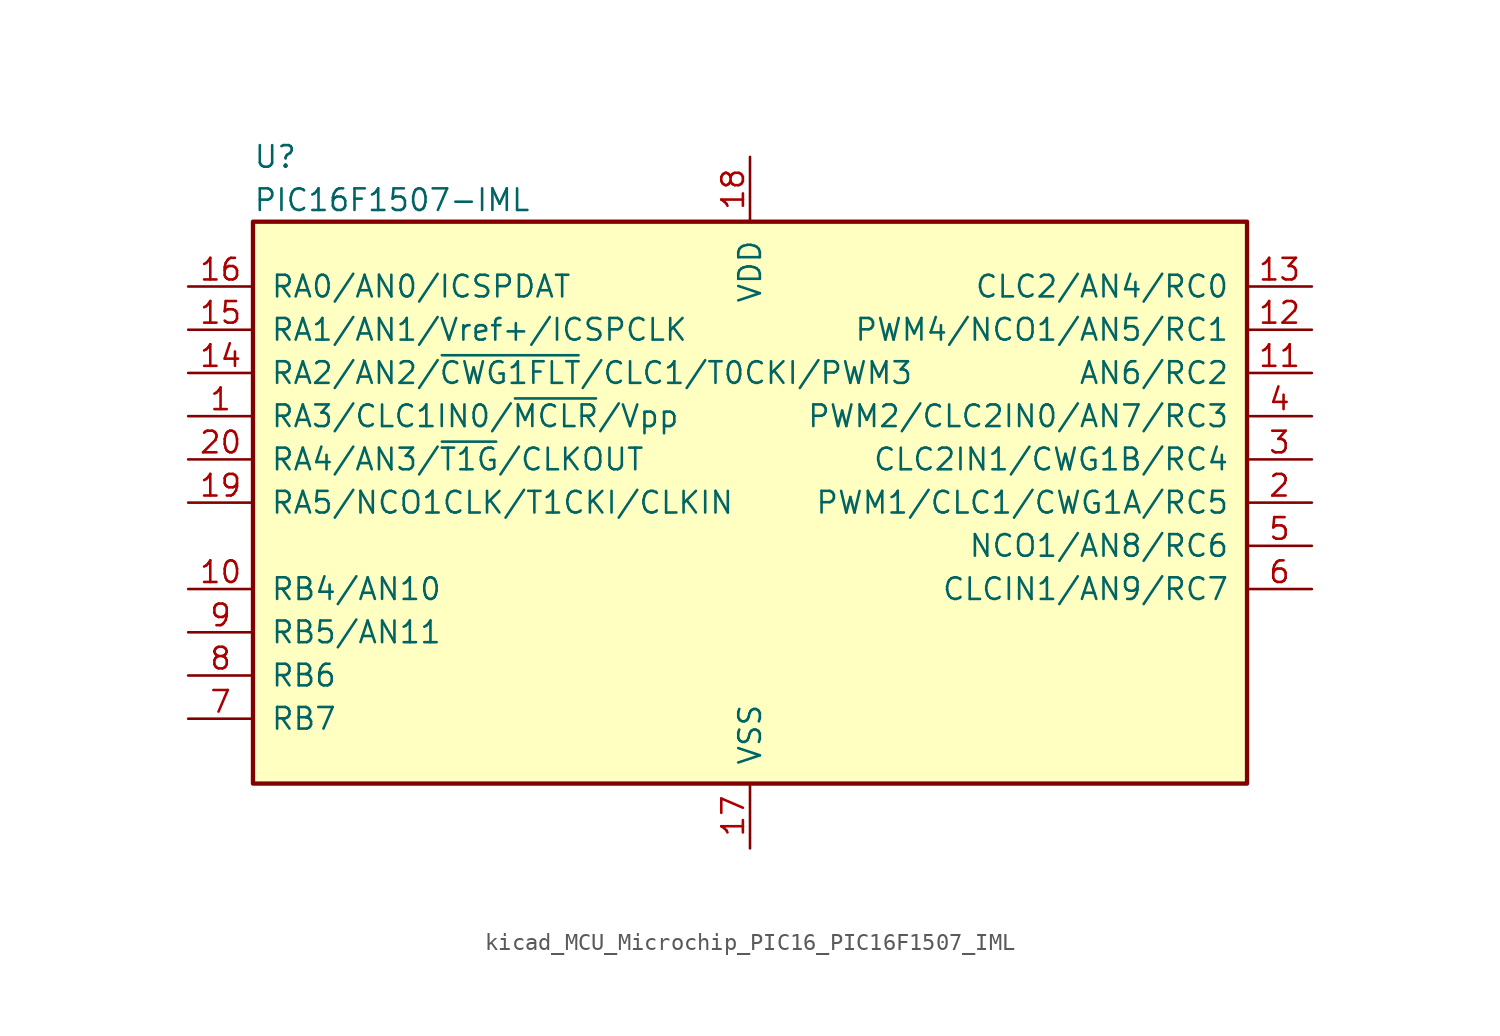
<source format=kicad_sym>
(kicad_symbol_lib
  (version 20220914)
  (generator kicad_symbol_editor)
  (symbol "kicad_MCU_Microchip_PIC16_PIC16F1507_IML"
    (pin_names
      (offset 1.016))
    (property "Reference" "U"
      (at -29.21 20.32 0)
      (effects (font (size 1.27 1.27)) (justify left)))
    (property "Value" "PIC16F1507-IML"
      (at -29.21 17.78 0)
      (effects (font (size 1.27 1.27)) (justify left)))
    (symbol "kicad_MCU_Microchip_PIC16_PIC16F1507_IML_0_1"
      (rectangle (start -29.21 16.51) (end 29.21 -16.51) (stroke (width 0.254) (type default)) (fill (type background))))
    (symbol "kicad_MCU_Microchip_PIC16_PIC16F1507_IML_1_1"
      (pin input line (at -33.02 5.08 0) (length 3.81) (name "RA3/CLC1IN0/~{MCLR}/Vpp" (effects (font (size 1.27 1.27)))) (number "1" (effects (font (size 1.27 1.27)))))
      (pin bidirectional line (at -33.02 -5.08 0) (length 3.81) (name "RB4/AN10" (effects (font (size 1.27 1.27)))) (number "10" (effects (font (size 1.27 1.27)))))
      (pin bidirectional line (at 33.02 7.62 180) (length 3.81) (name "AN6/RC2" (effects (font (size 1.27 1.27)))) (number "11" (effects (font (size 1.27 1.27)))))
      (pin bidirectional line (at 33.02 10.16 180) (length 3.81) (name "PWM4/NCO1/AN5/RC1" (effects (font (size 1.27 1.27)))) (number "12" (effects (font (size 1.27 1.27)))))
      (pin bidirectional line (at 33.02 12.7 180) (length 3.81) (name "CLC2/AN4/RC0" (effects (font (size 1.27 1.27)))) (number "13" (effects (font (size 1.27 1.27)))))
      (pin bidirectional line (at -33.02 7.62 0) (length 3.81) (name "RA2/AN2/~{CWG1FLT}/CLC1/T0CKI/PWM3" (effects (font (size 1.27 1.27)))) (number "14" (effects (font (size 1.27 1.27)))))
      (pin bidirectional line (at -33.02 10.16 0) (length 3.81) (name "RA1/AN1/Vref+/ICSPCLK" (effects (font (size 1.27 1.27)))) (number "15" (effects (font (size 1.27 1.27)))))
      (pin bidirectional line (at -33.02 12.7 0) (length 3.81) (name "RA0/AN0/ICSPDAT" (effects (font (size 1.27 1.27)))) (number "16" (effects (font (size 1.27 1.27)))))
      (pin power_in line (at 0 -20.32 90) (length 3.81) (name "VSS" (effects (font (size 1.27 1.27)))) (number "17" (effects (font (size 1.27 1.27)))))
      (pin power_in line (at 0 20.32 270) (length 3.81) (name "VDD" (effects (font (size 1.27 1.27)))) (number "18" (effects (font (size 1.27 1.27)))))
      (pin bidirectional line (at -33.02 0 0) (length 3.81) (name "RA5/NCO1CLK/T1CKI/CLKIN" (effects (font (size 1.27 1.27)))) (number "19" (effects (font (size 1.27 1.27)))))
      (pin bidirectional line (at 33.02 0 180) (length 3.81) (name "PWM1/CLC1/CWG1A/RC5" (effects (font (size 1.27 1.27)))) (number "2" (effects (font (size 1.27 1.27)))))
      (pin bidirectional line (at -33.02 2.54 0) (length 3.81) (name "RA4/AN3/~{T1G}/CLKOUT" (effects (font (size 1.27 1.27)))) (number "20" (effects (font (size 1.27 1.27)))))
      (pin bidirectional line (at 33.02 2.54 180) (length 3.81) (name "CLC2IN1/CWG1B/RC4" (effects (font (size 1.27 1.27)))) (number "3" (effects (font (size 1.27 1.27)))))
      (pin bidirectional line (at 33.02 5.08 180) (length 3.81) (name "PWM2/CLC2IN0/AN7/RC3" (effects (font (size 1.27 1.27)))) (number "4" (effects (font (size 1.27 1.27)))))
      (pin bidirectional line (at 33.02 -2.54 180) (length 3.81) (name "NCO1/AN8/RC6" (effects (font (size 1.27 1.27)))) (number "5" (effects (font (size 1.27 1.27)))))
      (pin bidirectional line (at 33.02 -5.08 180) (length 3.81) (name "CLCIN1/AN9/RC7" (effects (font (size 1.27 1.27)))) (number "6" (effects (font (size 1.27 1.27)))))
      (pin bidirectional line (at -33.02 -12.7 0) (length 3.81) (name "RB7" (effects (font (size 1.27 1.27)))) (number "7" (effects (font (size 1.27 1.27)))))
      (pin bidirectional line (at -33.02 -10.16 0) (length 3.81) (name "RB6" (effects (font (size 1.27 1.27)))) (number "8" (effects (font (size 1.27 1.27)))))
      (pin bidirectional line (at -33.02 -7.62 0) (length 3.81) (name "RB5/AN11" (effects (font (size 1.27 1.27)))) (number "9" (effects (font (size 1.27 1.27))))))))
</source>
